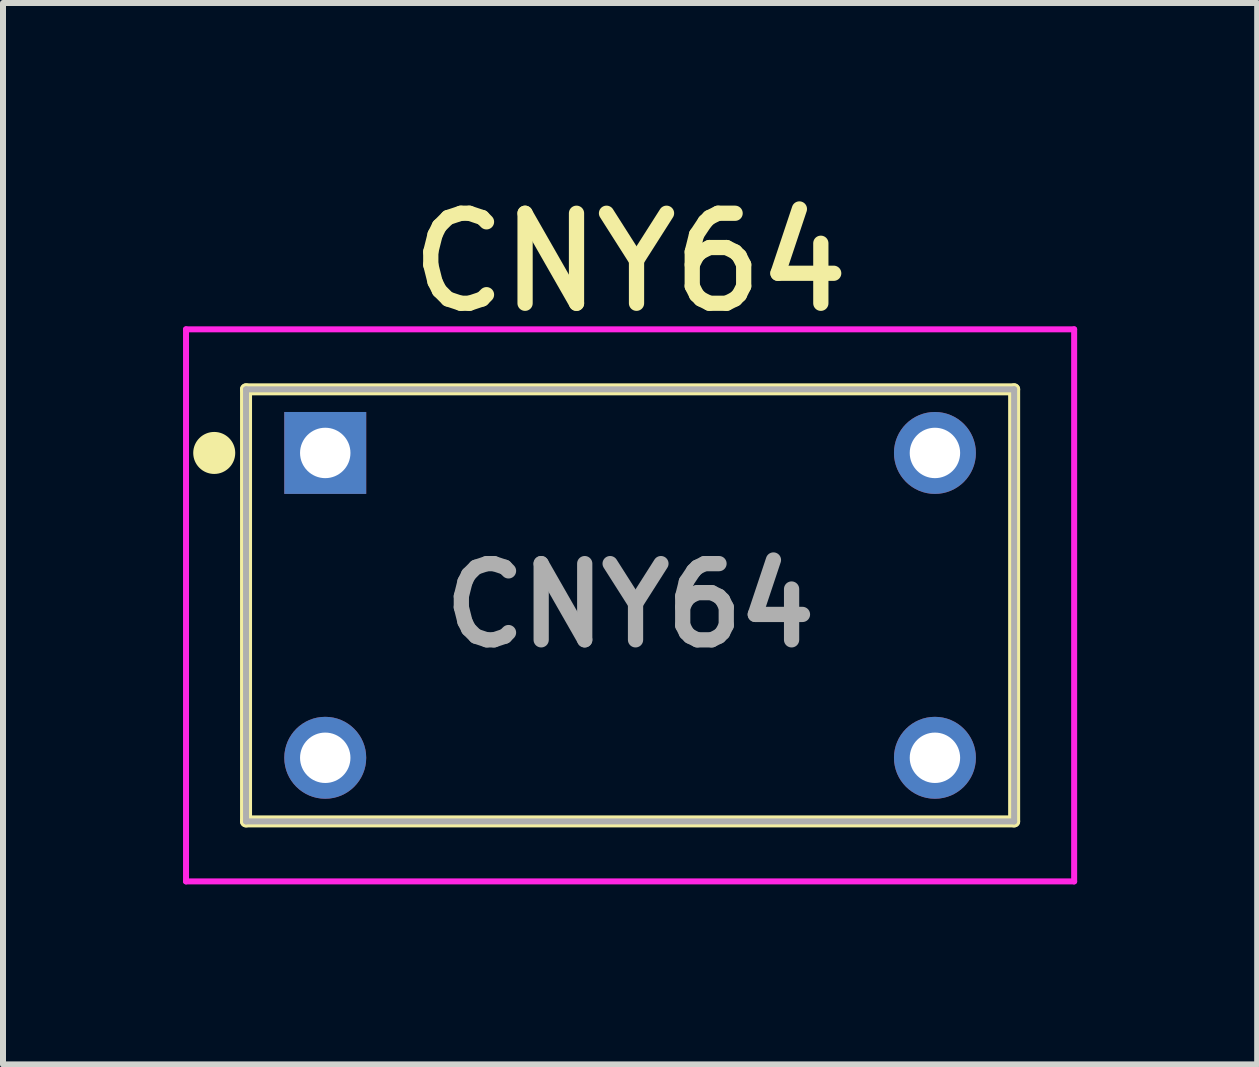
<source format=kicad_pcb>
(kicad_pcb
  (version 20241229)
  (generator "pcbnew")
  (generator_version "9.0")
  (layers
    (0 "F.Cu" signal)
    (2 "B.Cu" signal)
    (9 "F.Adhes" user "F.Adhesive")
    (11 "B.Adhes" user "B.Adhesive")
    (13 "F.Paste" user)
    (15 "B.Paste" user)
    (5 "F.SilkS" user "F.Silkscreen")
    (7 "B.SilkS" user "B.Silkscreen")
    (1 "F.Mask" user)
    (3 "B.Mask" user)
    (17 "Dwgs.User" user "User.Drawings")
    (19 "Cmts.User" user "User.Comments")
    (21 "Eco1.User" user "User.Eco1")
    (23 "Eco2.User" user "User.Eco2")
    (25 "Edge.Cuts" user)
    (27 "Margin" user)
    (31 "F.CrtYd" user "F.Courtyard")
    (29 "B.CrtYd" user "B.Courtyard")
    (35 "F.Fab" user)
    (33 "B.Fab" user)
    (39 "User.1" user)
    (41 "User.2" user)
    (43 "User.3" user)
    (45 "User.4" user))
  (footprint "CNY64"
    (layer "F.Cu")
    (at 2.37 4.498)
    (property "Reference" "CNY64" (at 5.08 -3.175 0) (layer "F.SilkS") (effects (font (size 1.5 1.5) (thickness 0.254))))
    (attr through_hole)
    (fp_line (start -1.32 -1.06) (end -1.32 6.14) (stroke (width 0.2) (type solid)) (layer "F.SilkS"))
    (fp_line (start -1.32 6.14) (end 11.48 6.14) (stroke (width 0.2) (type solid)) (layer "F.SilkS"))
    (fp_line (start 11.48 -1.06) (end -1.32 -1.06) (stroke (width 0.2) (type solid)) (layer "F.SilkS"))
    (fp_line (start 11.48 6.14) (end 11.48 -1.06) (stroke (width 0.2) (type solid)) (layer "F.SilkS"))
    (fp_circle (center -1.85 0) (end -1.55 0) (stroke (width 0.1) (type solid)) (fill yes) (layer "F.SilkS"))
    (fp_line (start -2.32 -2.06) (end -2.32 7.14) (stroke (width 0.1) (type solid)) (layer "F.CrtYd"))
    (fp_line (start -2.32 7.14) (end 12.48 7.14) (stroke (width 0.1) (type solid)) (layer "F.CrtYd"))
    (fp_line (start 12.48 -2.06) (end -2.32 -2.06) (stroke (width 0.1) (type solid)) (layer "F.CrtYd"))
    (fp_line (start 12.48 7.14) (end 12.48 -2.06) (stroke (width 0.1) (type solid)) (layer "F.CrtYd"))
    (fp_line (start -1.32 -1.06) (end 11.48 -1.06) (stroke (width 0.1) (type solid)) (layer "F.Fab"))
    (fp_line (start -1.32 6.14) (end -1.32 -1.06) (stroke (width 0.1) (type solid)) (layer "F.Fab"))
    (fp_line (start 11.48 -1.06) (end 11.48 6.14) (stroke (width 0.1) (type solid)) (layer "F.Fab"))
    (fp_line (start 11.48 6.14) (end -1.32 6.14) (stroke (width 0.1) (type solid)) (layer "F.Fab"))
    (fp_text user "${REFERENCE}" (at 5.08 2.54 0) (layer "F.Fab") (effects (font (size 1.27 1.27) (thickness 0.254))))
    (pad "1" thru_hole rect (at 0 0) (size 1.365 1.365) (drill 0.84) (layers "*.Cu" "*.Mask"))
    (pad "2" thru_hole circle (at 10.16 0) (size 1.365 1.365) (drill 0.84) (layers "*.Cu" "*.Mask"))
    (pad "3" thru_hole circle (at 10.16 5.08) (size 1.365 1.365) (drill 0.84) (layers "*.Cu" "*.Mask"))
    (pad "4" thru_hole circle (at 0 5.08) (size 1.365 1.365) (drill 0.84) (layers "*.Cu" "*.Mask")))
  (gr_rect
    (start -3 -3)
    (end 17.9 14.688)
    (stroke (width 0.1) (type default))
    (fill no)
    (layer "Edge.Cuts")))
</source>
